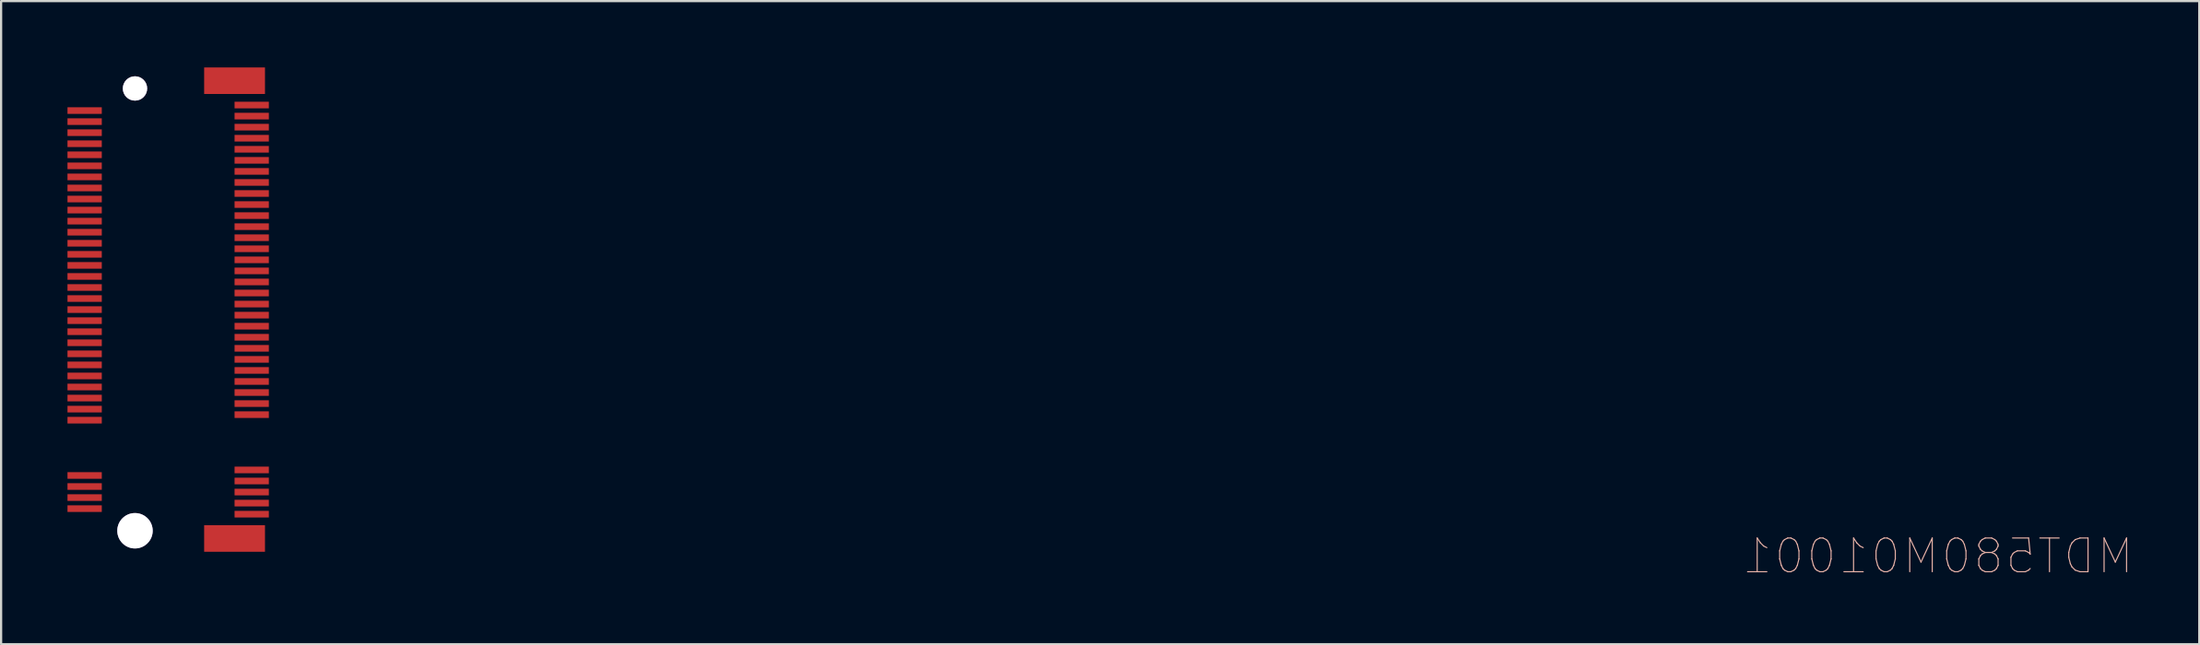
<source format=kicad_pcb>
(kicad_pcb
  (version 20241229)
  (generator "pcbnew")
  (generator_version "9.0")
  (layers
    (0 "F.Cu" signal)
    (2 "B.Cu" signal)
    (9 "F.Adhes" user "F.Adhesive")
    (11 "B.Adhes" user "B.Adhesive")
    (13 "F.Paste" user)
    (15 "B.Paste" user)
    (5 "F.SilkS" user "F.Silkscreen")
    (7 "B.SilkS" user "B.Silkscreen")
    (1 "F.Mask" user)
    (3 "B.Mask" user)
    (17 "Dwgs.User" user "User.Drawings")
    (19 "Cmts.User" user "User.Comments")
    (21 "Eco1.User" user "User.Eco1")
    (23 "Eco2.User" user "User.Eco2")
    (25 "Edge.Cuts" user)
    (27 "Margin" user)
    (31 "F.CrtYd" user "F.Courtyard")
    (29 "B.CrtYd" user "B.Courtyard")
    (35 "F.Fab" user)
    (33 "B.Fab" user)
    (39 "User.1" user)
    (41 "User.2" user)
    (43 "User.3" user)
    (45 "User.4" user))
  (footprint "MDT580M01001"
    (layer "F.Cu")
    (at 4.55 10.95)
    (property "Reference" "MDT580M01001" (at 79.97 11.15 0) (layer "B.SilkS") (effects (font (size 1.524 1.524) (thickness 0.05)) (justify mirror)))
    (attr smd)
    (pad "1" smd rect (at 3.775 -9.25 270) (size 0.3 1.55) (layers "F.Cu" "F.Mask" "F.Paste"))
    (pad "2" smd rect (at -3.775 -9 270) (size 0.3 1.55) (layers "F.Cu" "F.Mask" "F.Paste"))
    (pad "3" smd rect (at 3.775 -8.75 270) (size 0.3 1.55) (layers "F.Cu" "F.Mask" "F.Paste"))
    (pad "4" smd rect (at -3.775 -8.5 270) (size 0.3 1.55) (layers "F.Cu" "F.Mask" "F.Paste"))
    (pad "5" smd rect (at 3.775 -8.25 270) (size 0.3 1.55) (layers "F.Cu" "F.Mask" "F.Paste"))
    (pad "6" smd rect (at -3.775 -8 270) (size 0.3 1.55) (layers "F.Cu" "F.Mask" "F.Paste"))
    (pad "7" smd rect (at 3.775 -7.75 270) (size 0.3 1.55) (layers "F.Cu" "F.Mask" "F.Paste"))
    (pad "8" smd rect (at -3.775 -7.5 270) (size 0.3 1.55) (layers "F.Cu" "F.Mask" "F.Paste"))
    (pad "9" smd rect (at 3.775 -7.25 270) (size 0.3 1.55) (layers "F.Cu" "F.Mask" "F.Paste"))
    (pad "10" smd rect (at -3.775 -7 270) (size 0.3 1.55) (layers "F.Cu" "F.Mask" "F.Paste"))
    (pad "11" smd rect (at 3.775 -6.75 270) (size 0.3 1.55) (layers "F.Cu" "F.Mask" "F.Paste"))
    (pad "12" smd rect (at -3.775 -6.5 270) (size 0.3 1.55) (layers "F.Cu" "F.Mask" "F.Paste"))
    (pad "13" smd rect (at 3.775 -6.25 270) (size 0.3 1.55) (layers "F.Cu" "F.Mask" "F.Paste"))
    (pad "14" smd rect (at -3.775 -6 270) (size 0.3 1.55) (layers "F.Cu" "F.Mask" "F.Paste"))
    (pad "15" smd rect (at 3.775 -5.75 270) (size 0.3 1.55) (layers "F.Cu" "F.Mask" "F.Paste"))
    (pad "16" smd rect (at -3.775 -5.5 270) (size 0.3 1.55) (layers "F.Cu" "F.Mask" "F.Paste"))
    (pad "17" smd rect (at 3.775 -5.25 270) (size 0.3 1.55) (layers "F.Cu" "F.Mask" "F.Paste"))
    (pad "18" smd rect (at -3.775 -5 270) (size 0.3 1.55) (layers "F.Cu" "F.Mask" "F.Paste"))
    (pad "19" smd rect (at 3.775 -4.75 270) (size 0.3 1.55) (layers "F.Cu" "F.Mask" "F.Paste"))
    (pad "20" smd rect (at -3.775 -4.5 270) (size 0.3 1.55) (layers "F.Cu" "F.Mask" "F.Paste"))
    (pad "21" smd rect (at 3.775 -4.25 270) (size 0.3 1.55) (layers "F.Cu" "F.Mask" "F.Paste"))
    (pad "22" smd rect (at -3.775 -4 270) (size 0.3 1.55) (layers "F.Cu" "F.Mask" "F.Paste"))
    (pad "23" smd rect (at 3.775 -3.75 270) (size 0.3 1.55) (layers "F.Cu" "F.Mask" "F.Paste"))
    (pad "24" smd rect (at -3.775 -3.5 270) (size 0.3 1.55) (layers "F.Cu" "F.Mask" "F.Paste"))
    (pad "25" smd rect (at 3.775 -3.25 270) (size 0.3 1.55) (layers "F.Cu" "F.Mask" "F.Paste"))
    (pad "26" smd rect (at -3.775 -3 270) (size 0.3 1.55) (layers "F.Cu" "F.Mask" "F.Paste"))
    (pad "27" smd rect (at 3.775 -2.75 270) (size 0.3 1.55) (layers "F.Cu" "F.Mask" "F.Paste"))
    (pad "28" smd rect (at -3.775 -2.5 270) (size 0.3 1.55) (layers "F.Cu" "F.Mask" "F.Paste"))
    (pad "29" smd rect (at 3.775 -2.25 270) (size 0.3 1.55) (layers "F.Cu" "F.Mask" "F.Paste"))
    (pad "30" smd rect (at -3.775 -2 270) (size 0.3 1.55) (layers "F.Cu" "F.Mask" "F.Paste"))
    (pad "31" smd rect (at 3.775 -1.75 270) (size 0.3 1.55) (layers "F.Cu" "F.Mask" "F.Paste"))
    (pad "32" smd rect (at -3.775 -1.5 270) (size 0.3 1.55) (layers "F.Cu" "F.Mask" "F.Paste"))
    (pad "33" smd rect (at 3.775 -1.25 270) (size 0.3 1.55) (layers "F.Cu" "F.Mask" "F.Paste"))
    (pad "34" smd rect (at -3.775 -1 270) (size 0.3 1.55) (layers "F.Cu" "F.Mask" "F.Paste"))
    (pad "35" smd rect (at 3.775 -0.75 270) (size 0.3 1.55) (layers "F.Cu" "F.Mask" "F.Paste"))
    (pad "36" smd rect (at -3.775 -0.5 270) (size 0.3 1.55) (layers "F.Cu" "F.Mask" "F.Paste"))
    (pad "37" smd rect (at 3.775 -0.25 270) (size 0.3 1.55) (layers "F.Cu" "F.Mask" "F.Paste"))
    (pad "38" smd rect (at -3.775 0 270) (size 0.3 1.55) (layers "F.Cu" "F.Mask" "F.Paste"))
    (pad "39" smd rect (at 3.775 0.25 270) (size 0.3 1.55) (layers "F.Cu" "F.Mask" "F.Paste"))
    (pad "40" smd rect (at -3.775 0.5 270) (size 0.3 1.55) (layers "F.Cu" "F.Mask" "F.Paste"))
    (pad "41" smd rect (at 3.775 0.75 270) (size 0.3 1.55) (layers "F.Cu" "F.Mask" "F.Paste"))
    (pad "42" smd rect (at -3.775 1 270) (size 0.3 1.55) (layers "F.Cu" "F.Mask" "F.Paste"))
    (pad "43" smd rect (at 3.775 1.25 270) (size 0.3 1.55) (layers "F.Cu" "F.Mask" "F.Paste"))
    (pad "44" smd rect (at -3.775 1.5 270) (size 0.3 1.55) (layers "F.Cu" "F.Mask" "F.Paste"))
    (pad "45" smd rect (at 3.775 1.75 270) (size 0.3 1.55) (layers "F.Cu" "F.Mask" "F.Paste"))
    (pad "46" smd rect (at -3.775 2 270) (size 0.3 1.55) (layers "F.Cu" "F.Mask" "F.Paste"))
    (pad "47" smd rect (at 3.775 2.25 270) (size 0.3 1.55) (layers "F.Cu" "F.Mask" "F.Paste"))
    (pad "48" smd rect (at -3.775 2.5 270) (size 0.3 1.55) (layers "F.Cu" "F.Mask" "F.Paste"))
    (pad "49" smd rect (at 3.775 2.75 270) (size 0.3 1.55) (layers "F.Cu" "F.Mask" "F.Paste"))
    (pad "50" smd rect (at -3.775 3 270) (size 0.3 1.55) (layers "F.Cu" "F.Mask" "F.Paste"))
    (pad "51" smd rect (at 3.775 3.25 270) (size 0.3 1.55) (layers "F.Cu" "F.Mask" "F.Paste"))
    (pad "52" smd rect (at -3.775 3.5 270) (size 0.3 1.55) (layers "F.Cu" "F.Mask" "F.Paste"))
    (pad "53" smd rect (at 3.775 3.75 270) (size 0.3 1.55) (layers "F.Cu" "F.Mask" "F.Paste"))
    (pad "54" smd rect (at -3.775 4 270) (size 0.3 1.55) (layers "F.Cu" "F.Mask" "F.Paste"))
    (pad "55" smd rect (at 3.775 4.25 270) (size 0.3 1.55) (layers "F.Cu" "F.Mask" "F.Paste"))
    (pad "56" smd rect (at -3.775 4.5 270) (size 0.3 1.55) (layers "F.Cu" "F.Mask" "F.Paste"))
    (pad "57" smd rect (at 3.775 4.75 270) (size 0.3 1.55) (layers "F.Cu" "F.Mask" "F.Paste"))
    (pad "58" smd rect (at -3.775 5 270) (size 0.3 1.55) (layers "F.Cu" "F.Mask" "F.Paste"))
    (pad "67" smd rect (at 3.775 7.25 270) (size 0.3 1.55) (layers "F.Cu" "F.Mask" "F.Paste"))
    (pad "68" smd rect (at -3.775 7.5 270) (size 0.3 1.55) (layers "F.Cu" "F.Mask" "F.Paste"))
    (pad "69" smd rect (at 3.775 7.75 270) (size 0.3 1.55) (layers "F.Cu" "F.Mask" "F.Paste"))
    (pad "70" smd rect (at -3.775 8 270) (size 0.3 1.55) (layers "F.Cu" "F.Mask" "F.Paste"))
    (pad "71" smd rect (at 3.775 8.25 270) (size 0.3 1.55) (layers "F.Cu" "F.Mask" "F.Paste"))
    (pad "72" smd rect (at -3.775 8.5 270) (size 0.3 1.55) (layers "F.Cu" "F.Mask" "F.Paste"))
    (pad "73" smd rect (at 3.775 8.75 270) (size 0.3 1.55) (layers "F.Cu" "F.Mask" "F.Paste"))
    (pad "74" smd rect (at -3.775 9 270) (size 0.3 1.55) (layers "F.Cu" "F.Mask" "F.Paste"))
    (pad "75" smd rect (at 3.775 9.25 270) (size 0.3 1.55) (layers "F.Cu" "F.Mask" "F.Paste"))
    (pad "None" thru_hole circle (at -1.5 -10 270) (size 1.1 1.1) (drill 1.1) (layers "*.Cu" "*.Mask"))
    (pad "None" thru_hole circle (at -1.5 10 270) (size 1.6 1.6) (drill 1.6) (layers "*.Cu" "*.Mask"))
    (pad "SH1" smd rect (at 3 -10.35 270) (size 1.2 2.75) (layers "F.Cu" "F.Mask" "F.Paste"))
    (pad "SH2" smd rect (at 3 10.35 270) (size 1.2 2.75) (layers "F.Cu" "F.Mask" "F.Paste")))
  (gr_rect
    (start -3 -3)
    (end 96.333 26.079)
    (stroke (width 0.1) (type default))
    (fill no)
    (layer "Edge.Cuts")))
</source>
